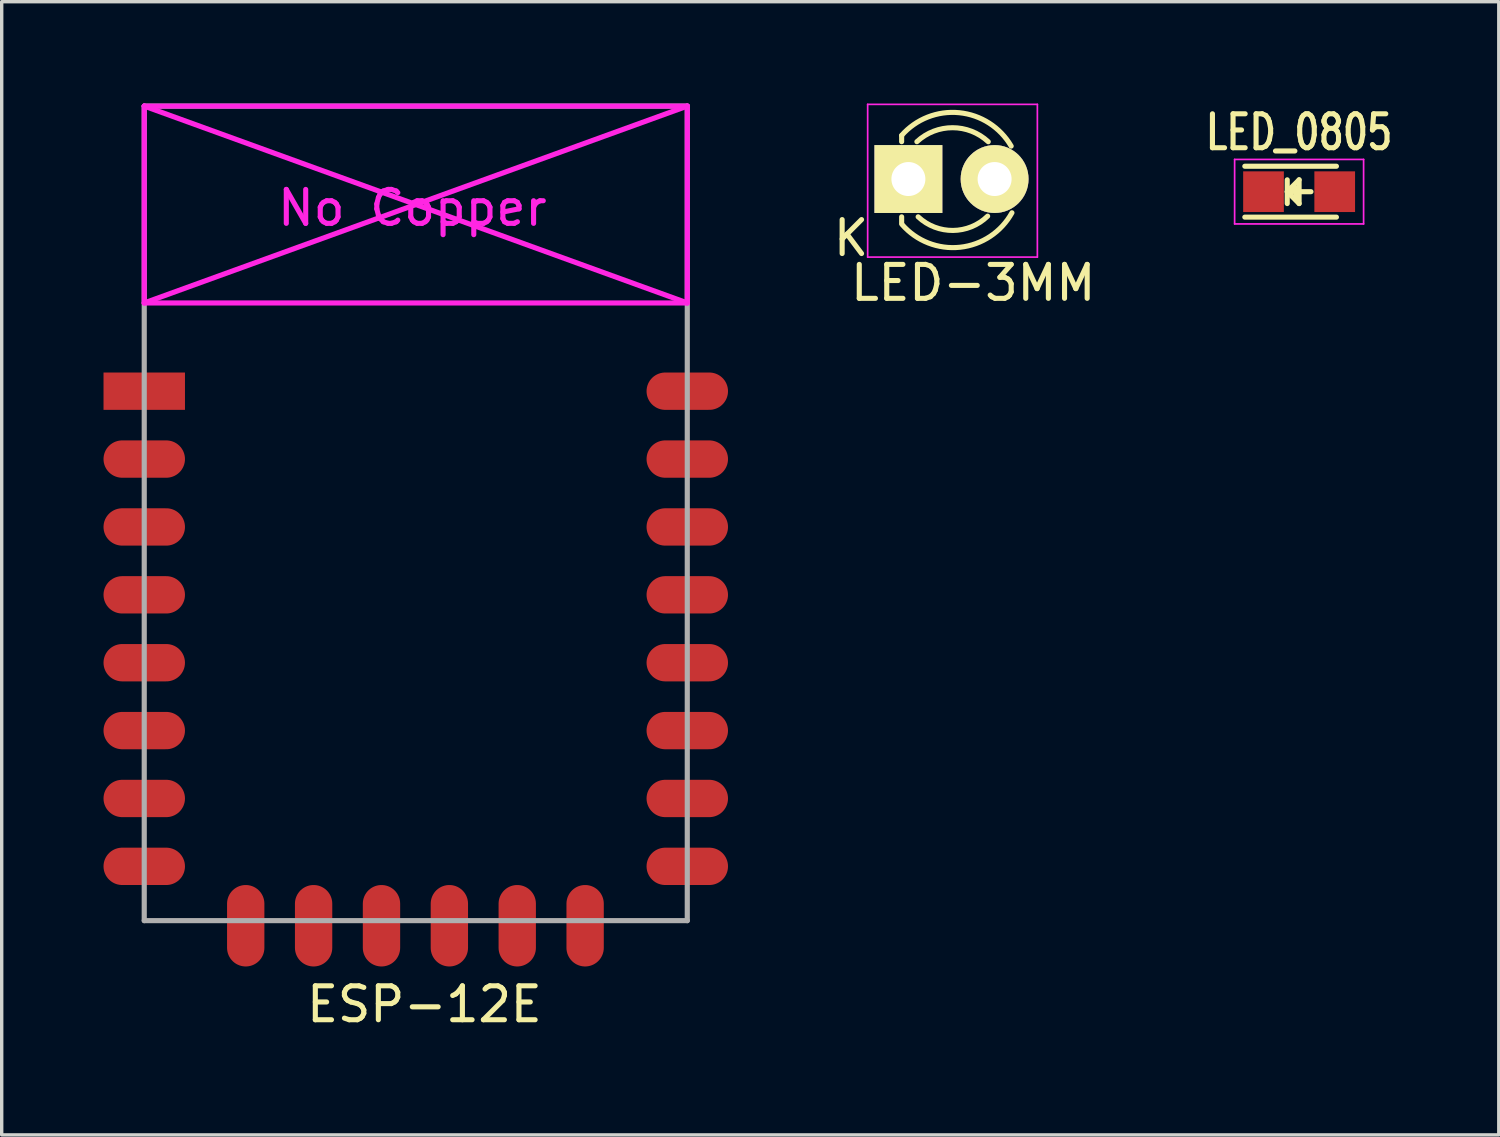
<source format=kicad_pcb>
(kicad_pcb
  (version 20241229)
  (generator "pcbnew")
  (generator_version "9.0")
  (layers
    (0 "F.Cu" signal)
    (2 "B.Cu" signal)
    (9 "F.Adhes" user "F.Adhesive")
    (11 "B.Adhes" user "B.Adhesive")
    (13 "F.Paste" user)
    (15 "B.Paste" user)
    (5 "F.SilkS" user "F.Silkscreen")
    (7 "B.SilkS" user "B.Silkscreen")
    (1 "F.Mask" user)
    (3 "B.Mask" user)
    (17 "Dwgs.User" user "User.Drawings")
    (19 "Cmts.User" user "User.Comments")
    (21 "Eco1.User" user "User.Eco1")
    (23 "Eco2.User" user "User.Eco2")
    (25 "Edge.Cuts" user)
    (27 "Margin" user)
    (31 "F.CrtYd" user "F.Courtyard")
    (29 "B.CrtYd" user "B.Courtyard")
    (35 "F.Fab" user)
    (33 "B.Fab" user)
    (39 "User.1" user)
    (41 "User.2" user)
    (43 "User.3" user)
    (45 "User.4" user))
  (footprint "LED-3MM"
    (layer "F.Cu")
    (at 23.715 2.225)
    (property "Reference" "LED-3MM" (at 1.91 3.06 0) (layer "F.SilkS") (effects (font (size 1 1) (thickness 0.15))))
    (attr through_hole)
    (fp_line (start -0.199 -1.28) (end -0.199 -1.1) (stroke (width 0.15) (type solid)) (layer "F.SilkS"))
    (fp_line (start -0.199 1.314) (end -0.199 1.114) (stroke (width 0.15) (type solid)) (layer "F.SilkS"))
    (fp_arc (start -0.199 -1.286) (mid 1.495903 -1.954571) (end 3.028744 -0.969643) (stroke (width 0.15) (type solid)) (layer "F.SilkS"))
    (fp_arc (start 0.25 -1.1) (mid 1.301686 -1.512142) (end 2.353005 -1.099067) (stroke (width 0.15) (type solid)) (layer "F.SilkS"))
    (fp_arc (start 2.335 1.094) (mid 1.31492 1.51473) (end 0.287111 1.113252) (stroke (width 0.15) (type solid)) (layer "F.SilkS"))
    (fp_arc (start 3.051 0.994) (mid 1.522637 2.009958) (end -0.18622 1.340726) (stroke (width 0.15) (type solid)) (layer "F.SilkS"))
    (fp_line (start -1.2 -2.2) (end -1.2 2.3) (stroke (width 0.05) (type solid)) (layer "F.CrtYd"))
    (fp_line (start -1.2 2.3) (end 3.8 2.3) (stroke (width 0.05) (type solid)) (layer "F.CrtYd"))
    (fp_line (start 3.8 -2.2) (end -1.2 -2.2) (stroke (width 0.05) (type solid)) (layer "F.CrtYd"))
    (fp_line (start 3.8 2.3) (end 3.8 -2.2) (stroke (width 0.05) (type solid)) (layer "F.CrtYd"))
    (fp_text user "K" (at -1.69 1.74 0) (layer "F.SilkS") (effects (font (size 1 1) (thickness 0.15))))
    (pad "1" thru_hole rect (at 0 0 90) (size 2 2) (drill 1.001) (layers "*.Cu" "*.Mask" "F.SilkS"))
    (pad "2" thru_hole circle (at 2.54 0) (size 2 2) (drill 1.001) (layers "*.Cu" "*.Mask" "F.SilkS")))
  (footprint "ESP-12E"
    (layer "F.Cu")
    (at 1.2 8.476)
    (property "Reference" "ESP-12E" (at 8.255 18.065 0) (layer "F.SilkS") (effects (font (size 1 1) (thickness 0.15))))
    (attr through_hole)
    (fp_line (start 0 -8.4) (end 0 -2.6) (stroke (width 0.152) (type solid)) (layer "F.CrtYd"))
    (fp_line (start 0 -8.4) (end 16 -2.6) (stroke (width 0.152) (type solid)) (layer "F.CrtYd"))
    (fp_line (start 0 -2.6) (end 16 -2.6) (stroke (width 0.152) (type solid)) (layer "F.CrtYd"))
    (fp_line (start 16 -8.4) (end 0 -8.4) (stroke (width 0.152) (type solid)) (layer "F.CrtYd"))
    (fp_line (start 16 -8.4) (end 0 -2.6) (stroke (width 0.152) (type solid)) (layer "F.CrtYd"))
    (fp_line (start 16 -2.6) (end 16 -8.4) (stroke (width 0.152) (type solid)) (layer "F.CrtYd"))
    (fp_line (start 0 -8.4) (end 16 -8.4) (stroke (width 0.152) (type solid)) (layer "F.Fab"))
    (fp_line (start 0 15.6) (end 0 -8.4) (stroke (width 0.152) (type solid)) (layer "F.Fab"))
    (fp_line (start 16 -8.4) (end 16 15.6) (stroke (width 0.152) (type solid)) (layer "F.Fab"))
    (fp_line (start 16 15.6) (end 0 15.6) (stroke (width 0.152) (type solid)) (layer "F.Fab"))
    (fp_text user "No Copper" (at 7.9 -5.4 0) (layer "F.CrtYd") (effects (font (size 1 1) (thickness 0.15))))
    (pad "1" smd rect (at 0 0) (size 2.4 1.1) (layers "F.Cu" "F.Mask" "F.Paste"))
    (pad "2" smd oval (at 0 2) (size 2.4 1.1) (layers "F.Cu" "F.Mask" "F.Paste"))
    (pad "3" smd oval (at 0 4) (size 2.4 1.1) (layers "F.Cu" "F.Mask" "F.Paste"))
    (pad "4" smd oval (at 0 6) (size 2.4 1.1) (layers "F.Cu" "F.Mask" "F.Paste"))
    (pad "5" smd oval (at 0 8) (size 2.4 1.1) (layers "F.Cu" "F.Mask" "F.Paste"))
    (pad "6" smd oval (at 0 10) (size 2.4 1.1) (layers "F.Cu" "F.Mask" "F.Paste"))
    (pad "7" smd oval (at 0 12) (size 2.4 1.1) (layers "F.Cu" "F.Mask" "F.Paste"))
    (pad "8" smd oval (at 0 14) (size 2.4 1.1) (layers "F.Cu" "F.Mask" "F.Paste"))
    (pad "9" smd oval (at 2.99 15.75 90) (size 2.4 1.1) (layers "F.Cu" "F.Mask" "F.Paste"))
    (pad "10" smd oval (at 4.99 15.75 90) (size 2.4 1.1) (layers "F.Cu" "F.Mask" "F.Paste"))
    (pad "11" smd oval (at 6.99 15.75 90) (size 2.4 1.1) (layers "F.Cu" "F.Mask" "F.Paste"))
    (pad "12" smd oval (at 8.99 15.75 90) (size 2.4 1.1) (layers "F.Cu" "F.Mask" "F.Paste"))
    (pad "13" smd oval (at 10.99 15.75 90) (size 2.4 1.1) (layers "F.Cu" "F.Mask" "F.Paste"))
    (pad "14" smd oval (at 12.99 15.75 90) (size 2.4 1.1) (layers "F.Cu" "F.Mask" "F.Paste"))
    (pad "15" smd oval (at 16 14) (size 2.4 1.1) (layers "F.Cu" "F.Mask" "F.Paste"))
    (pad "16" smd oval (at 16 12) (size 2.4 1.1) (layers "F.Cu" "F.Mask" "F.Paste"))
    (pad "17" smd oval (at 16 10) (size 2.4 1.1) (layers "F.Cu" "F.Mask" "F.Paste"))
    (pad "18" smd oval (at 16 8) (size 2.4 1.1) (layers "F.Cu" "F.Mask" "F.Paste"))
    (pad "19" smd oval (at 16 6) (size 2.4 1.1) (layers "F.Cu" "F.Mask" "F.Paste"))
    (pad "20" smd oval (at 16 4) (size 2.4 1.1) (layers "F.Cu" "F.Mask" "F.Paste"))
    (pad "21" smd oval (at 16 2) (size 2.4 1.1) (layers "F.Cu" "F.Mask" "F.Paste"))
    (pad "22" smd oval (at 16 0) (size 2.4 1.1) (layers "F.Cu" "F.Mask" "F.Paste")))
  (footprint "LED_0805"
    (layer "F.Cu")
    (at 35.227 2.598)
    (property "Reference" "LED_0805" (at 0 -1.75 0) (layer "F.SilkS") (effects (font (size 1 0.75) (thickness 0.15))))
    (attr smd)
    (fp_line (start -1.6 -0.75) (end 1.1 -0.75) (stroke (width 0.15) (type solid)) (layer "F.SilkS"))
    (fp_line (start -1.6 0.75) (end 1.1 0.75) (stroke (width 0.15) (type solid)) (layer "F.SilkS"))
    (fp_line (start -0.35 -0.35) (end -0.35 0.35) (stroke (width 0.15) (type solid)) (layer "F.SilkS"))
    (fp_line (start -0.35 0) (end 0 -0.35) (stroke (width 0.15) (type solid)) (layer "F.SilkS"))
    (fp_line (start -0.1 -0.1) (end -0.25 0.05) (stroke (width 0.15) (type solid)) (layer "F.SilkS"))
    (fp_line (start -0.1 0.15) (end -0.1 -0.1) (stroke (width 0.15) (type solid)) (layer "F.SilkS"))
    (fp_line (start 0 -0.35) (end 0 0.35) (stroke (width 0.15) (type solid)) (layer "F.SilkS"))
    (fp_line (start 0 0) (end 0.35 0) (stroke (width 0.15) (type solid)) (layer "F.SilkS"))
    (fp_line (start 0 0.35) (end -0.35 0) (stroke (width 0.15) (type solid)) (layer "F.SilkS"))
    (fp_line (start -1.9 -0.95) (end 1.9 -0.95) (stroke (width 0.05) (type solid)) (layer "F.CrtYd"))
    (fp_line (start -1.9 0.95) (end -1.9 -0.95) (stroke (width 0.05) (type solid)) (layer "F.CrtYd"))
    (fp_line (start 1.9 -0.95) (end 1.9 0.95) (stroke (width 0.05) (type solid)) (layer "F.CrtYd"))
    (fp_line (start 1.9 0.95) (end -1.9 0.95) (stroke (width 0.05) (type solid)) (layer "F.CrtYd"))
    (pad "1" smd rect (at -1.049 0 180) (size 1.199 1.199) (layers "F.Cu" "F.Mask" "F.Paste"))
    (pad "2" smd rect (at 1.049 0 180) (size 1.199 1.199) (layers "F.Cu" "F.Mask" "F.Paste")))
  (gr_rect
    (start -3 -3)
    (end 41.11 30.389)
    (stroke (width 0.1) (type default))
    (fill no)
    (layer "Edge.Cuts")))
</source>
